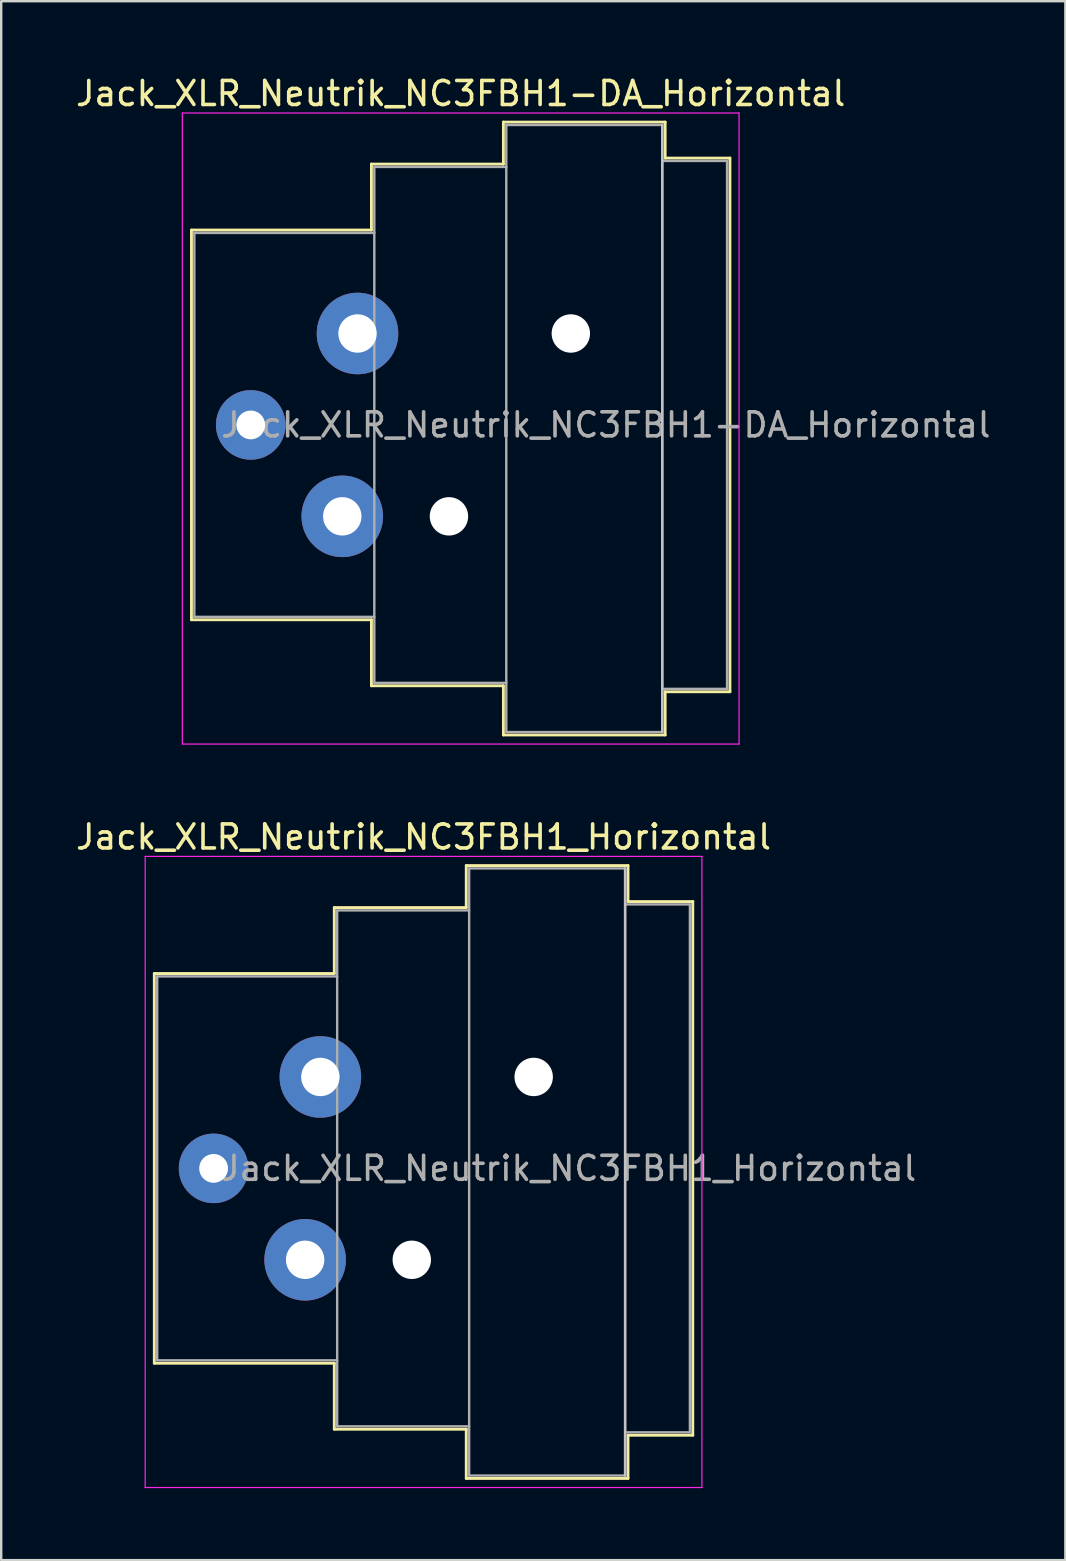
<source format=kicad_pcb>
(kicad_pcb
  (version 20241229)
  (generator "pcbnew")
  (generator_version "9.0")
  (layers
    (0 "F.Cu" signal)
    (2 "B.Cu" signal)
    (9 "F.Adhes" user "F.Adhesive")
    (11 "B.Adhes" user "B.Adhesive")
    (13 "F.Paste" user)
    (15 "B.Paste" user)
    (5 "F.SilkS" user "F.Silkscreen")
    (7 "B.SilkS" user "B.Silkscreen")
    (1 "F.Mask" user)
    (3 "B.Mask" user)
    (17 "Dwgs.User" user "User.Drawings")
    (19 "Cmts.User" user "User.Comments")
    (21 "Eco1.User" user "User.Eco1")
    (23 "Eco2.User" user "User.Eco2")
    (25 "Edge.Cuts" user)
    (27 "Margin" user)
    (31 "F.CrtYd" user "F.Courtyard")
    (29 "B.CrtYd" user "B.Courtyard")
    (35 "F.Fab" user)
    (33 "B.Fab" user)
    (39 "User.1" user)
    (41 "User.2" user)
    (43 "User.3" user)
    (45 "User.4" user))
  (footprint "Jack_XLR_Neutrik_NC3FBH1_Horizontal"
    (layer "F.Cu")
    (at 10.301 41.831)
    (property "Reference" "Jack_XLR_Neutrik_NC3FBH1_Horizontal" (at 4.3 -10 0) (layer "F.SilkS") (effects (font (size 1 1) (thickness 0.15))))
    (attr through_hole)
    (fp_line (start -6.92 -4.31) (end -6.92 11.93) (stroke (width 0.12) (type solid)) (layer "F.SilkS"))
    (fp_line (start 0.58 -7.06) (end 0.58 -4.31) (stroke (width 0.12) (type solid)) (layer "F.SilkS"))
    (fp_line (start 0.58 -4.31) (end -6.92 -4.31) (stroke (width 0.12) (type solid)) (layer "F.SilkS"))
    (fp_line (start 0.58 11.93) (end -6.92 11.93) (stroke (width 0.12) (type solid)) (layer "F.SilkS"))
    (fp_line (start 0.58 11.93) (end 0.58 14.68) (stroke (width 0.12) (type solid)) (layer "F.SilkS"))
    (fp_line (start 6.08 -7.06) (end 0.58 -7.06) (stroke (width 0.12) (type solid)) (layer "F.SilkS"))
    (fp_line (start 6.08 -7.06) (end 6.08 -8.81) (stroke (width 0.12) (type solid)) (layer "F.SilkS"))
    (fp_line (start 6.08 14.68) (end 0.58 14.68) (stroke (width 0.12) (type solid)) (layer "F.SilkS"))
    (fp_line (start 6.08 16.73) (end 6.08 14.68) (stroke (width 0.12) (type solid)) (layer "F.SilkS"))
    (fp_line (start 12.82 -8.81) (end 6.08 -8.81) (stroke (width 0.12) (type solid)) (layer "F.SilkS"))
    (fp_line (start 12.82 -8.81) (end 12.82 -7.31) (stroke (width 0.12) (type solid)) (layer "F.SilkS"))
    (fp_line (start 12.82 -7.31) (end 15.52 -7.31) (stroke (width 0.12) (type solid)) (layer "F.SilkS"))
    (fp_line (start 12.82 14.93) (end 12.82 16.73) (stroke (width 0.12) (type solid)) (layer "F.SilkS"))
    (fp_line (start 12.82 14.93) (end 15.52 14.93) (stroke (width 0.12) (type solid)) (layer "F.SilkS"))
    (fp_line (start 12.82 16.73) (end 6.08 16.73) (stroke (width 0.12) (type solid)) (layer "F.SilkS"))
    (fp_line (start 15.52 -7.31) (end 15.52 14.93) (stroke (width 0.12) (type solid)) (layer "F.SilkS"))
    (fp_line (start 12.7 -8.69) (end 12.7 16.61) (stroke (width 0.1) (type solid)) (layer "Dwgs.User"))
    (fp_line (start -7.3 -9.19) (end -7.3 17.11) (stroke (width 0.05) (type solid)) (layer "F.CrtYd"))
    (fp_line (start 15.9 -9.19) (end -7.3 -9.19) (stroke (width 0.05) (type solid)) (layer "F.CrtYd"))
    (fp_line (start 15.9 -9.19) (end 15.9 17.11) (stroke (width 0.05) (type solid)) (layer "F.CrtYd"))
    (fp_line (start 15.9 17.11) (end -7.3 17.11) (stroke (width 0.05) (type solid)) (layer "F.CrtYd"))
    (fp_line (start -6.8 -4.19) (end -6.8 11.81) (stroke (width 0.1) (type solid)) (layer "F.Fab"))
    (fp_line (start -6.8 11.81) (end 0.7 11.81) (stroke (width 0.1) (type solid)) (layer "F.Fab"))
    (fp_line (start 0.7 -6.94) (end 0.7 14.56) (stroke (width 0.1) (type solid)) (layer "F.Fab"))
    (fp_line (start 0.7 -4.19) (end -6.8 -4.19) (stroke (width 0.1) (type solid)) (layer "F.Fab"))
    (fp_line (start 0.7 14.56) (end 6.2 14.56) (stroke (width 0.1) (type solid)) (layer "F.Fab"))
    (fp_line (start 6.2 -8.69) (end 12.7 -8.69) (stroke (width 0.1) (type solid)) (layer "F.Fab"))
    (fp_line (start 6.2 -6.94) (end 0.7 -6.94) (stroke (width 0.1) (type solid)) (layer "F.Fab"))
    (fp_line (start 6.2 16.61) (end 6.2 -8.69) (stroke (width 0.1) (type solid)) (layer "F.Fab"))
    (fp_line (start 12.7 -8.69) (end 12.7 16.61) (stroke (width 0.1) (type solid)) (layer "F.Fab"))
    (fp_line (start 12.7 -7.19) (end 15.4 -7.19) (stroke (width 0.1) (type solid)) (layer "F.Fab"))
    (fp_line (start 12.7 16.61) (end 6.2 16.61) (stroke (width 0.1) (type solid)) (layer "F.Fab"))
    (fp_line (start 15.4 -7.19) (end 15.4 14.81) (stroke (width 0.1) (type solid)) (layer "F.Fab"))
    (fp_line (start 15.4 14.81) (end 12.7 14.81) (stroke (width 0.1) (type solid)) (layer "F.Fab"))
    (fp_text user "${REFERENCE}" (at 10.35 3.81 0) (layer "F.Fab") (effects (font (size 1 1) (thickness 0.15))))
    (pad "" np_thru_hole circle (at 3.81 7.62) (size 1.6 1.6) (drill 1.6) (layers "*.Cu" "*.Mask"))
    (pad "" np_thru_hole circle (at 8.89 0) (size 1.6 1.6) (drill 1.6) (layers "*.Cu" "*.Mask"))
    (pad "1" thru_hole circle (at 0 0) (size 3.4 3.4) (drill 1.6) (layers "*.Cu" "*.Mask"))
    (pad "2" thru_hole circle (at -0.635 7.62) (size 3.4 3.4) (drill 1.6) (layers "*.Cu" "*.Mask"))
    (pad "3" thru_hole circle (at -4.45 3.81) (size 2.9 2.9) (drill 1.2) (layers "*.Cu" "*.Mask")))
  (footprint "Jack_XLR_Neutrik_NC3FBH1-DA_Horizontal"
    (layer "F.Cu")
    (at 11.849 10.848)
    (property "Reference" "Jack_XLR_Neutrik_NC3FBH1-DA_Horizontal" (at 4.3 -10 0) (layer "F.SilkS") (effects (font (size 1 1) (thickness 0.15))))
    (attr through_hole)
    (fp_line (start -6.92 -4.31) (end -6.92 11.93) (stroke (width 0.12) (type solid)) (layer "F.SilkS"))
    (fp_line (start 0.58 -7.06) (end 0.58 -4.31) (stroke (width 0.12) (type solid)) (layer "F.SilkS"))
    (fp_line (start 0.58 -4.31) (end -6.92 -4.31) (stroke (width 0.12) (type solid)) (layer "F.SilkS"))
    (fp_line (start 0.58 11.93) (end -6.92 11.93) (stroke (width 0.12) (type solid)) (layer "F.SilkS"))
    (fp_line (start 0.58 11.93) (end 0.58 14.68) (stroke (width 0.12) (type solid)) (layer "F.SilkS"))
    (fp_line (start 6.08 -7.06) (end 0.58 -7.06) (stroke (width 0.12) (type solid)) (layer "F.SilkS"))
    (fp_line (start 6.08 -7.06) (end 6.08 -8.81) (stroke (width 0.12) (type solid)) (layer "F.SilkS"))
    (fp_line (start 6.08 14.68) (end 0.58 14.68) (stroke (width 0.12) (type solid)) (layer "F.SilkS"))
    (fp_line (start 6.08 16.73) (end 6.08 14.68) (stroke (width 0.12) (type solid)) (layer "F.SilkS"))
    (fp_line (start 12.82 -8.81) (end 6.08 -8.81) (stroke (width 0.12) (type solid)) (layer "F.SilkS"))
    (fp_line (start 12.82 -8.81) (end 12.82 -7.31) (stroke (width 0.12) (type solid)) (layer "F.SilkS"))
    (fp_line (start 12.82 -7.31) (end 15.52 -7.31) (stroke (width 0.12) (type solid)) (layer "F.SilkS"))
    (fp_line (start 12.82 14.93) (end 12.82 16.73) (stroke (width 0.12) (type solid)) (layer "F.SilkS"))
    (fp_line (start 12.82 14.93) (end 15.52 14.93) (stroke (width 0.12) (type solid)) (layer "F.SilkS"))
    (fp_line (start 12.82 16.73) (end 6.08 16.73) (stroke (width 0.12) (type solid)) (layer "F.SilkS"))
    (fp_line (start 15.52 -7.31) (end 15.52 14.93) (stroke (width 0.12) (type solid)) (layer "F.SilkS"))
    (fp_line (start 12.7 -8.69) (end 12.7 16.61) (stroke (width 0.1) (type solid)) (layer "Dwgs.User"))
    (fp_line (start -7.3 -9.19) (end -7.3 17.11) (stroke (width 0.05) (type solid)) (layer "F.CrtYd"))
    (fp_line (start 15.9 -9.19) (end -7.3 -9.19) (stroke (width 0.05) (type solid)) (layer "F.CrtYd"))
    (fp_line (start 15.9 -9.19) (end 15.9 17.11) (stroke (width 0.05) (type solid)) (layer "F.CrtYd"))
    (fp_line (start 15.9 17.11) (end -7.3 17.11) (stroke (width 0.05) (type solid)) (layer "F.CrtYd"))
    (fp_line (start -6.8 -4.19) (end -6.8 11.81) (stroke (width 0.1) (type solid)) (layer "F.Fab"))
    (fp_line (start -6.8 11.81) (end 0.7 11.81) (stroke (width 0.1) (type solid)) (layer "F.Fab"))
    (fp_line (start 0.7 -6.94) (end 0.7 14.56) (stroke (width 0.1) (type solid)) (layer "F.Fab"))
    (fp_line (start 0.7 -4.19) (end -6.8 -4.19) (stroke (width 0.1) (type solid)) (layer "F.Fab"))
    (fp_line (start 0.7 14.56) (end 6.2 14.56) (stroke (width 0.1) (type solid)) (layer "F.Fab"))
    (fp_line (start 6.2 -8.69) (end 12.7 -8.69) (stroke (width 0.1) (type solid)) (layer "F.Fab"))
    (fp_line (start 6.2 -6.94) (end 0.7 -6.94) (stroke (width 0.1) (type solid)) (layer "F.Fab"))
    (fp_line (start 6.2 16.61) (end 6.2 -8.69) (stroke (width 0.1) (type solid)) (layer "F.Fab"))
    (fp_line (start 12.7 -8.69) (end 12.7 16.61) (stroke (width 0.1) (type solid)) (layer "F.Fab"))
    (fp_line (start 12.7 -7.19) (end 15.4 -7.19) (stroke (width 0.1) (type solid)) (layer "F.Fab"))
    (fp_line (start 12.7 16.61) (end 6.2 16.61) (stroke (width 0.1) (type solid)) (layer "F.Fab"))
    (fp_line (start 15.4 -7.19) (end 15.4 14.81) (stroke (width 0.1) (type solid)) (layer "F.Fab"))
    (fp_line (start 15.4 14.81) (end 12.7 14.81) (stroke (width 0.1) (type solid)) (layer "F.Fab"))
    (fp_text user "${REFERENCE}" (at 10.35 3.81 0) (layer "F.Fab") (effects (font (size 1 1) (thickness 0.15))))
    (pad "" np_thru_hole circle (at 3.81 7.62) (size 1.6 1.6) (drill 1.6) (layers "*.Cu" "*.Mask"))
    (pad "" np_thru_hole circle (at 8.89 0) (size 1.6 1.6) (drill 1.6) (layers "*.Cu" "*.Mask"))
    (pad "1" thru_hole circle (at 0 0) (size 3.4 3.4) (drill 1.6) (layers "*.Cu" "*.Mask"))
    (pad "2" thru_hole circle (at -0.635 7.62) (size 3.4 3.4) (drill 1.6) (layers "*.Cu" "*.Mask"))
    (pad "3" thru_hole circle (at -4.45 3.81) (size 2.9 2.9) (drill 1.2) (layers "*.Cu" "*.Mask")))
  (gr_rect
    (start -3 -3)
    (end 41.348 61.967)
    (stroke (width 0.1) (type default))
    (fill no)
    (layer "Edge.Cuts")))
</source>
